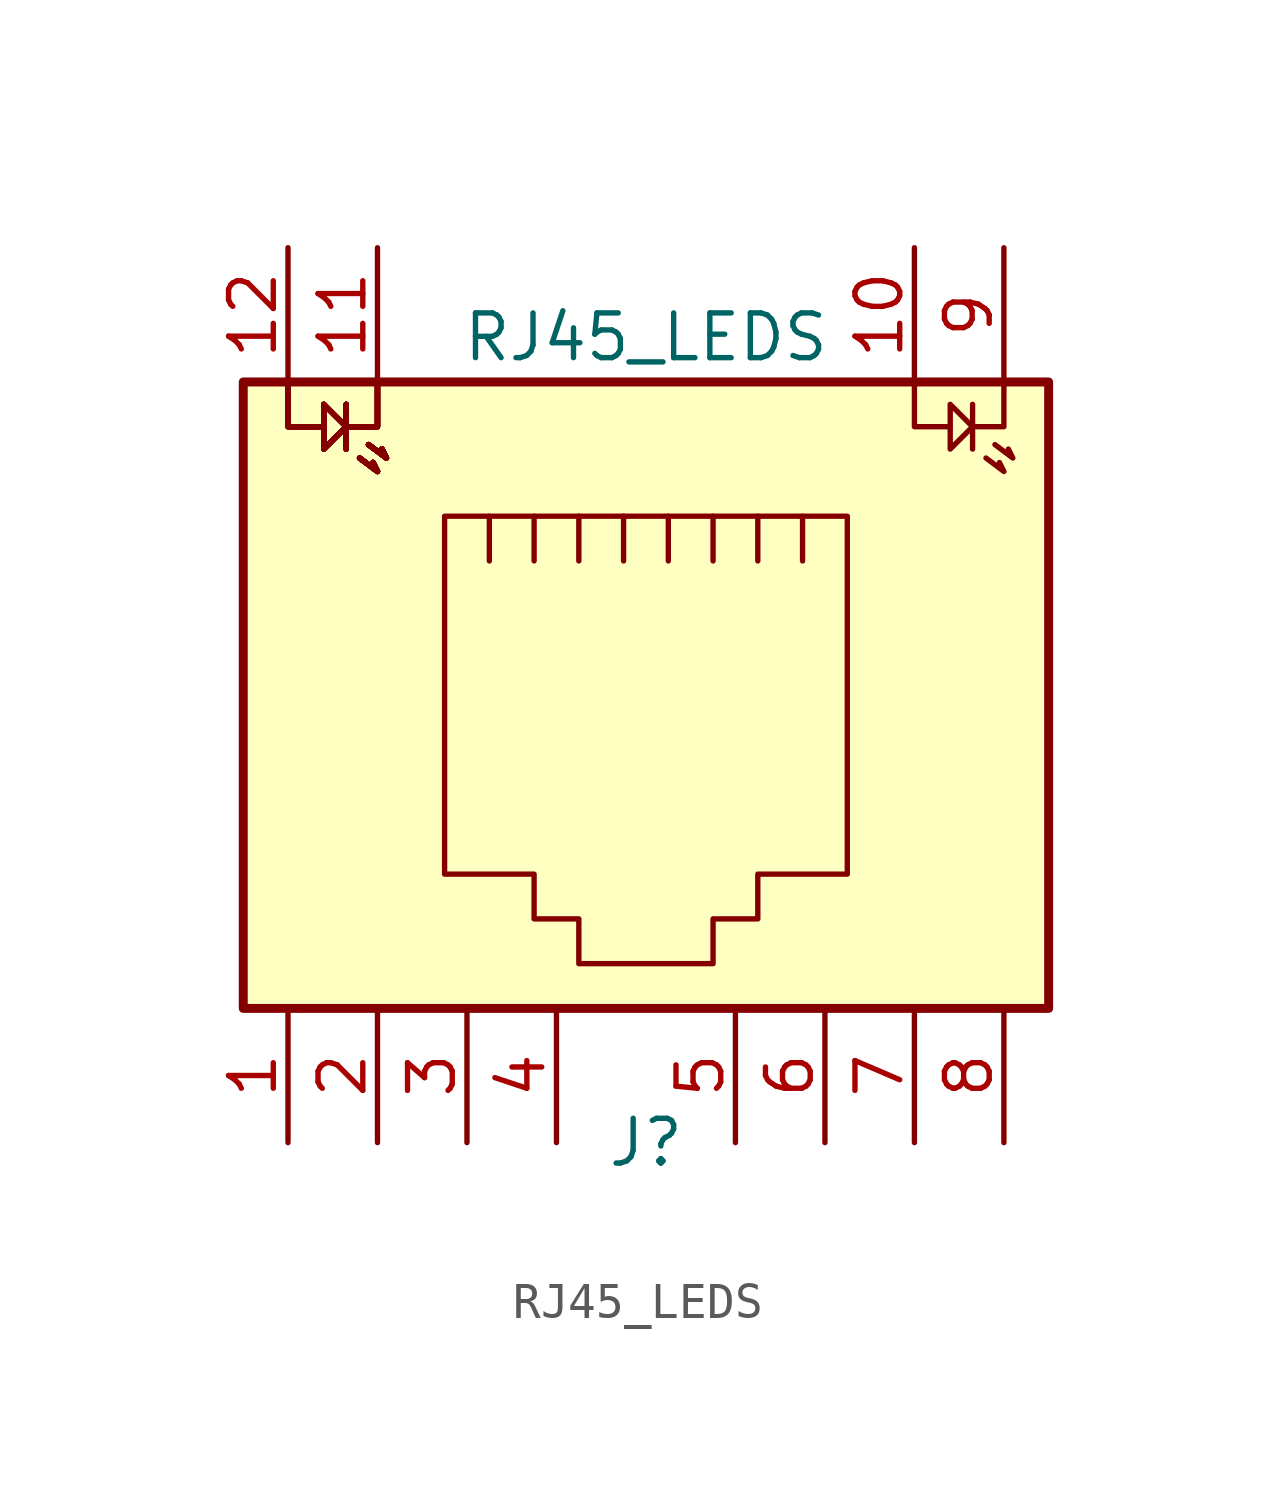
<source format=kicad_sym>
(kicad_symbol_lib
  (version 20211014)
  (generator kicad_symbol_editor)
  (symbol "RJ45_LEDS"
    (pin_names
      (offset 1.016))
    (property "Reference" "J"
      (at 0 -12.7 0)
      (effects (font (size 1.27 1.27))))
    (property "Value" "RJ45_LEDS"
      (at 0 10.16 0)
      (effects (font (size 1.27 1.27))))
    (symbol "RJ45_LEDS_0_1"
      (rectangle (start -11.43 -8.89) (end 11.43 8.89) (stroke (width 0.254) (type default) (color 0 0 0 0)) (fill (type background)))
      (polyline (pts (xy 9.271 8.255) (xy 9.271 6.985)) (stroke (width 0) (type default) (color 0 0 0 0)) (fill (type none)))
      (polyline (pts (xy -10.16 8.89) (xy -10.16 7.62) (xy -9.652 7.62)) (stroke (width 0) (type default) (color 0 0 0 0)) (fill (type none)))
      (polyline (pts (xy -10.16 8.89) (xy -10.16 7.62) (xy -9.652 7.62)) (stroke (width 0) (type default) (color 0 0 0 0)) (fill (type none)))
      (polyline (pts (xy -10.16 8.89) (xy -10.16 7.62) (xy -9.652 7.62)) (stroke (width 0) (type default) (color 0 0 0 0)) (fill (type none)))
      (polyline (pts (xy -10.16 8.89) (xy -10.16 7.62) (xy -9.652 7.62)) (stroke (width 0) (type default) (color 0 0 0 0)) (fill (type none)))
      (polyline (pts (xy -10.16 8.89) (xy -10.16 7.62) (xy -9.652 7.62)) (stroke (width 0) (type default) (color 0 0 0 0)) (fill (type none)))
      (polyline (pts (xy -10.16 8.89) (xy -10.16 7.62) (xy -9.652 7.62)) (stroke (width 0) (type default) (color 0 0 0 0)) (fill (type none)))
      (polyline (pts (xy -10.16 8.89) (xy -10.16 7.62) (xy -9.652 7.62)) (stroke (width 0) (type default) (color 0 0 0 0)) (fill (type none)))
      (polyline (pts (xy -10.16 8.89) (xy -10.16 7.62) (xy -9.652 7.62)) (stroke (width 0) (type default) (color 0 0 0 0)) (fill (type none)))
      (polyline (pts (xy -8.128 6.731) (xy -7.62 6.35) (xy -7.747 6.604)) (stroke (width 0) (type default) (color 0 0 0 0)) (fill (type none)))
      (polyline (pts (xy -8.128 6.731) (xy -7.62 6.35) (xy -7.747 6.604)) (stroke (width 0) (type default) (color 0 0 0 0)) (fill (type none)))
      (polyline (pts (xy -8.128 6.731) (xy -7.62 6.35) (xy -7.747 6.604)) (stroke (width 0) (type default) (color 0 0 0 0)) (fill (type none)))
      (polyline (pts (xy -8.128 6.731) (xy -7.62 6.35) (xy -7.747 6.604)) (stroke (width 0) (type default) (color 0 0 0 0)) (fill (type none)))
      (polyline (pts (xy -8.128 6.731) (xy -7.62 6.35) (xy -7.747 6.604)) (stroke (width 0) (type default) (color 0 0 0 0)) (fill (type none)))
      (polyline (pts (xy -8.128 6.731) (xy -7.62 6.35) (xy -7.747 6.604)) (stroke (width 0) (type default) (color 0 0 0 0)) (fill (type none)))
      (polyline (pts (xy -8.128 6.731) (xy -7.62 6.35) (xy -7.747 6.604)) (stroke (width 0) (type default) (color 0 0 0 0)) (fill (type none)))
      (polyline (pts (xy -8.128 6.731) (xy -7.62 6.35) (xy -7.747 6.604)) (stroke (width 0) (type default) (color 0 0 0 0)) (fill (type none)))
      (polyline (pts (xy -8.128 6.731) (xy -7.62 6.35) (xy -7.747 6.604)) (stroke (width 0) (type default) (color 0 0 0 0)) (fill (type none)))
      (polyline (pts (xy -8.128 6.731) (xy -7.62 6.35) (xy -7.747 6.604)) (stroke (width 0) (type default) (color 0 0 0 0)) (fill (type none)))
      (polyline (pts (xy -8.128 6.731) (xy -7.62 6.35) (xy -7.747 6.604)) (stroke (width 0) (type default) (color 0 0 0 0)) (fill (type none)))
      (polyline (pts (xy -8.128 6.731) (xy -7.62 6.35) (xy -7.747 6.604)) (stroke (width 0) (type default) (color 0 0 0 0)) (fill (type none)))
      (polyline (pts (xy -8.128 6.731) (xy -7.62 6.35) (xy -7.747 6.604)) (stroke (width 0) (type default) (color 0 0 0 0)) (fill (type none)))
      (polyline (pts (xy -8.128 6.731) (xy -7.62 6.35) (xy -7.747 6.604)) (stroke (width 0) (type default) (color 0 0 0 0)) (fill (type none)))
      (polyline (pts (xy -8.128 6.731) (xy -7.62 6.35) (xy -7.747 6.604)) (stroke (width 0) (type default) (color 0 0 0 0)) (fill (type none)))
      (polyline (pts (xy -8.128 6.731) (xy -7.62 6.35) (xy -7.747 6.604)) (stroke (width 0) (type default) (color 0 0 0 0)) (fill (type none)))
      (polyline (pts (xy -7.874 7.112) (xy -7.366 6.731) (xy -7.493 6.985)) (stroke (width 0) (type default) (color 0 0 0 0)) (fill (type none)))
      (polyline (pts (xy -7.874 7.112) (xy -7.366 6.731) (xy -7.493 6.985)) (stroke (width 0) (type default) (color 0 0 0 0)) (fill (type none)))
      (polyline (pts (xy -7.874 7.112) (xy -7.366 6.731) (xy -7.493 6.985)) (stroke (width 0) (type default) (color 0 0 0 0)) (fill (type none)))
      (polyline (pts (xy -7.874 7.112) (xy -7.366 6.731) (xy -7.493 6.985)) (stroke (width 0) (type default) (color 0 0 0 0)) (fill (type none)))
      (polyline (pts (xy -7.874 7.112) (xy -7.366 6.731) (xy -7.493 6.985)) (stroke (width 0) (type default) (color 0 0 0 0)) (fill (type none)))
      (polyline (pts (xy -7.874 7.112) (xy -7.366 6.731) (xy -7.493 6.985)) (stroke (width 0) (type default) (color 0 0 0 0)) (fill (type none)))
      (polyline (pts (xy -7.874 7.112) (xy -7.366 6.731) (xy -7.493 6.985)) (stroke (width 0) (type default) (color 0 0 0 0)) (fill (type none)))
      (polyline (pts (xy -7.874 7.112) (xy -7.366 6.731) (xy -7.493 6.985)) (stroke (width 0) (type default) (color 0 0 0 0)) (fill (type none)))
      (polyline (pts (xy -7.874 7.112) (xy -7.366 6.731) (xy -7.493 6.985)) (stroke (width 0) (type default) (color 0 0 0 0)) (fill (type none)))
      (polyline (pts (xy -7.874 7.112) (xy -7.366 6.731) (xy -7.493 6.985)) (stroke (width 0) (type default) (color 0 0 0 0)) (fill (type none)))
      (polyline (pts (xy -7.874 7.112) (xy -7.366 6.731) (xy -7.493 6.985)) (stroke (width 0) (type default) (color 0 0 0 0)) (fill (type none)))
      (polyline (pts (xy -7.874 7.112) (xy -7.366 6.731) (xy -7.493 6.985)) (stroke (width 0) (type default) (color 0 0 0 0)) (fill (type none)))
      (polyline (pts (xy -7.874 7.112) (xy -7.366 6.731) (xy -7.493 6.985)) (stroke (width 0) (type default) (color 0 0 0 0)) (fill (type none)))
      (polyline (pts (xy -7.874 7.112) (xy -7.366 6.731) (xy -7.493 6.985)) (stroke (width 0) (type default) (color 0 0 0 0)) (fill (type none)))
      (polyline (pts (xy -7.874 7.112) (xy -7.366 6.731) (xy -7.493 6.985)) (stroke (width 0) (type default) (color 0 0 0 0)) (fill (type none)))
      (polyline (pts (xy -7.874 7.112) (xy -7.366 6.731) (xy -7.493 6.985)) (stroke (width 0) (type default) (color 0 0 0 0)) (fill (type none)))
      (polyline (pts (xy -7.62 8.89) (xy -7.62 7.62) (xy -8.128 7.62)) (stroke (width 0) (type default) (color 0 0 0 0)) (fill (type none)))
      (polyline (pts (xy -7.62 8.89) (xy -7.62 7.62) (xy -8.128 7.62)) (stroke (width 0) (type default) (color 0 0 0 0)) (fill (type none)))
      (polyline (pts (xy -7.62 8.89) (xy -7.62 7.62) (xy -8.128 7.62)) (stroke (width 0) (type default) (color 0 0 0 0)) (fill (type none)))
      (polyline (pts (xy -7.62 8.89) (xy -7.62 7.62) (xy -8.128 7.62)) (stroke (width 0) (type default) (color 0 0 0 0)) (fill (type none)))
      (polyline (pts (xy -7.62 8.89) (xy -7.62 7.62) (xy -8.128 7.62)) (stroke (width 0) (type default) (color 0 0 0 0)) (fill (type none)))
      (polyline (pts (xy -7.62 8.89) (xy -7.62 7.62) (xy -8.128 7.62)) (stroke (width 0) (type default) (color 0 0 0 0)) (fill (type none)))
      (polyline (pts (xy -7.62 8.89) (xy -7.62 7.62) (xy -8.128 7.62)) (stroke (width 0) (type default) (color 0 0 0 0)) (fill (type none)))
      (polyline (pts (xy -7.62 8.89) (xy -7.62 7.62) (xy -8.128 7.62)) (stroke (width 0) (type default) (color 0 0 0 0)) (fill (type none)))
      (polyline (pts (xy -4.445 3.81) (xy -4.445 5.08) (xy -4.445 5.08)) (stroke (width 0) (type default) (color 0 0 0 0)) (fill (type none)))
      (polyline (pts (xy -3.175 5.08) (xy -3.175 3.81) (xy -3.175 3.81)) (stroke (width 0) (type default) (color 0 0 0 0)) (fill (type none)))
      (polyline (pts (xy -1.905 5.08) (xy -1.905 3.81) (xy -1.905 3.81)) (stroke (width 0) (type default) (color 0 0 0 0)) (fill (type none)))
      (polyline (pts (xy -0.635 5.08) (xy -0.635 3.81) (xy -0.635 3.81)) (stroke (width 0) (type default) (color 0 0 0 0)) (fill (type none)))
      (polyline (pts (xy 0.635 5.08) (xy 0.635 3.81) (xy 0.635 3.81)) (stroke (width 0) (type default) (color 0 0 0 0)) (fill (type none)))
      (polyline (pts (xy 1.905 5.08) (xy 1.905 3.81) (xy 1.905 3.81)) (stroke (width 0) (type default) (color 0 0 0 0)) (fill (type none)))
      (polyline (pts (xy 3.175 3.81) (xy 3.175 5.08) (xy 3.175 5.08)) (stroke (width 0) (type default) (color 0 0 0 0)) (fill (type none)))
      (polyline (pts (xy 4.445 3.81) (xy 4.445 5.08) (xy 4.445 5.08)) (stroke (width 0) (type default) (color 0 0 0 0)) (fill (type none)))
      (polyline (pts (xy 7.62 8.89) (xy 7.62 7.62) (xy 8.636 7.62)) (stroke (width 0) (type default) (color 0 0 0 0)) (fill (type none)))
      (polyline (pts (xy 9.271 7.62) (xy 10.16 7.62) (xy 10.16 8.89)) (stroke (width 0) (type default) (color 0 0 0 0)) (fill (type none)))
      (polyline (pts (xy 9.652 6.731) (xy 10.16 6.35) (xy 10.033 6.604)) (stroke (width 0) (type default) (color 0 0 0 0)) (fill (type none)))
      (polyline (pts (xy 9.906 7.112) (xy 10.414 6.731) (xy 10.287 6.985)) (stroke (width 0) (type default) (color 0 0 0 0)) (fill (type none)))
      (polyline (pts (xy -8.509 8.255) (xy -8.509 6.985) (xy -8.509 7.62) (xy -7.874 7.62)) (stroke (width 0) (type default) (color 0 0 0 0)) (fill (type none)))
      (polyline (pts (xy -8.509 8.255) (xy -8.509 6.985) (xy -8.509 7.62) (xy -7.874 7.62)) (stroke (width 0) (type default) (color 0 0 0 0)) (fill (type none)))
      (polyline (pts (xy -8.509 8.255) (xy -8.509 6.985) (xy -8.509 7.62) (xy -7.874 7.62)) (stroke (width 0) (type default) (color 0 0 0 0)) (fill (type none)))
      (polyline (pts (xy -8.509 8.255) (xy -8.509 6.985) (xy -8.509 7.62) (xy -7.874 7.62)) (stroke (width 0) (type default) (color 0 0 0 0)) (fill (type none)))
      (polyline (pts (xy -8.509 8.255) (xy -8.509 6.985) (xy -8.509 7.62) (xy -7.874 7.62)) (stroke (width 0) (type default) (color 0 0 0 0)) (fill (type none)))
      (polyline (pts (xy -8.509 8.255) (xy -8.509 6.985) (xy -8.509 7.62) (xy -7.874 7.62)) (stroke (width 0) (type default) (color 0 0 0 0)) (fill (type none)))
      (polyline (pts (xy -8.509 8.255) (xy -8.509 6.985) (xy -8.509 7.62) (xy -7.874 7.62)) (stroke (width 0) (type default) (color 0 0 0 0)) (fill (type none)))
      (polyline (pts (xy -8.509 8.255) (xy -8.509 6.985) (xy -8.509 7.62) (xy -7.874 7.62)) (stroke (width 0) (type default) (color 0 0 0 0)) (fill (type none)))
      (polyline (pts (xy 8.636 7.62) (xy 8.636 8.255) (xy 9.271 7.62) (xy 8.636 6.985) (xy 8.636 7.62)) (stroke (width 0) (type default) (color 0 0 0 0)) (fill (type none)))
      (polyline (pts (xy -9.779 7.62) (xy -9.144 7.62) (xy -9.144 8.255) (xy -8.509 7.62) (xy -9.144 6.985) (xy -9.144 7.62)) (stroke (width 0) (type default) (color 0 0 0 0)) (fill (type none)))
      (polyline (pts (xy -9.779 7.62) (xy -9.144 7.62) (xy -9.144 8.255) (xy -8.509 7.62) (xy -9.144 6.985) (xy -9.144 7.62)) (stroke (width 0) (type default) (color 0 0 0 0)) (fill (type none)))
      (polyline (pts (xy -9.779 7.62) (xy -9.144 7.62) (xy -9.144 8.255) (xy -8.509 7.62) (xy -9.144 6.985) (xy -9.144 7.62)) (stroke (width 0) (type default) (color 0 0 0 0)) (fill (type none)))
      (polyline (pts (xy -9.779 7.62) (xy -9.144 7.62) (xy -9.144 8.255) (xy -8.509 7.62) (xy -9.144 6.985) (xy -9.144 7.62)) (stroke (width 0) (type default) (color 0 0 0 0)) (fill (type none)))
      (polyline (pts (xy -9.779 7.62) (xy -9.144 7.62) (xy -9.144 8.255) (xy -8.509 7.62) (xy -9.144 6.985) (xy -9.144 7.62)) (stroke (width 0) (type default) (color 0 0 0 0)) (fill (type none)))
      (polyline (pts (xy -9.779 7.62) (xy -9.144 7.62) (xy -9.144 8.255) (xy -8.509 7.62) (xy -9.144 6.985) (xy -9.144 7.62)) (stroke (width 0) (type default) (color 0 0 0 0)) (fill (type none)))
      (polyline (pts (xy -9.779 7.62) (xy -9.144 7.62) (xy -9.144 8.255) (xy -8.509 7.62) (xy -9.144 6.985) (xy -9.144 7.62)) (stroke (width 0) (type default) (color 0 0 0 0)) (fill (type none)))
      (polyline (pts (xy -9.779 7.62) (xy -9.144 7.62) (xy -9.144 8.255) (xy -8.509 7.62) (xy -9.144 6.985) (xy -9.144 7.62)) (stroke (width 0) (type default) (color 0 0 0 0)) (fill (type none)))
      (polyline (pts (xy -5.715 5.08) (xy 5.715 5.08) (xy 5.715 -5.08) (xy 3.175 -5.08) (xy 3.175 -6.35) (xy 1.905 -6.35) (xy 1.905 -7.62) (xy -1.905 -7.62) (xy -1.905 -6.35) (xy -3.175 -6.35) (xy -3.175 -5.08) (xy -5.715 -5.08) (xy -5.715 5.08) (xy -5.715 5.08)) (stroke (width 0) (type default) (color 0 0 0 0)) (fill (type none))))
    (symbol "RJ45_LEDS_1_1"
      (pin passive line (at -10.16 -12.7 90) (length 3.81) (name "~" (effects (font (size 1.27 1.27)))) (number "1" (effects (font (size 1.27 1.27)))))
      (pin passive line (at 7.62 12.7 270) (length 3.81) (name "~" (effects (font (size 1.27 1.27)))) (number "10" (effects (font (size 1.27 1.27)))))
      (pin passive line (at -7.62 12.7 270) (length 3.81) (name "~" (effects (font (size 1.27 1.27)))) (number "11" (effects (font (size 1.27 1.27)))))
      (pin passive line (at -10.16 12.7 270) (length 3.81) (name "~" (effects (font (size 1.27 1.27)))) (number "12" (effects (font (size 1.27 1.27)))))
      (pin passive line (at -7.62 -12.7 90) (length 3.81) (name "~" (effects (font (size 1.27 1.27)))) (number "2" (effects (font (size 1.27 1.27)))))
      (pin passive line (at -5.08 -12.7 90) (length 3.81) (name "~" (effects (font (size 1.27 1.27)))) (number "3" (effects (font (size 1.27 1.27)))))
      (pin passive line (at -2.54 -12.7 90) (length 3.81) (name "~" (effects (font (size 1.27 1.27)))) (number "4" (effects (font (size 1.27 1.27)))))
      (pin passive line (at 2.54 -12.7 90) (length 3.81) (name "~" (effects (font (size 1.27 1.27)))) (number "5" (effects (font (size 1.27 1.27)))))
      (pin passive line (at 5.08 -12.7 90) (length 3.81) (name "~" (effects (font (size 1.27 1.27)))) (number "6" (effects (font (size 1.27 1.27)))))
      (pin passive line (at 7.62 -12.7 90) (length 3.81) (name "~" (effects (font (size 1.27 1.27)))) (number "7" (effects (font (size 1.27 1.27)))))
      (pin passive line (at 10.16 -12.7 90) (length 3.81) (name "~" (effects (font (size 1.27 1.27)))) (number "8" (effects (font (size 1.27 1.27)))))
      (pin passive line (at 10.16 12.7 270) (length 3.81) (name "~" (effects (font (size 1.27 1.27)))) (number "9" (effects (font (size 1.27 1.27))))))))
</source>
